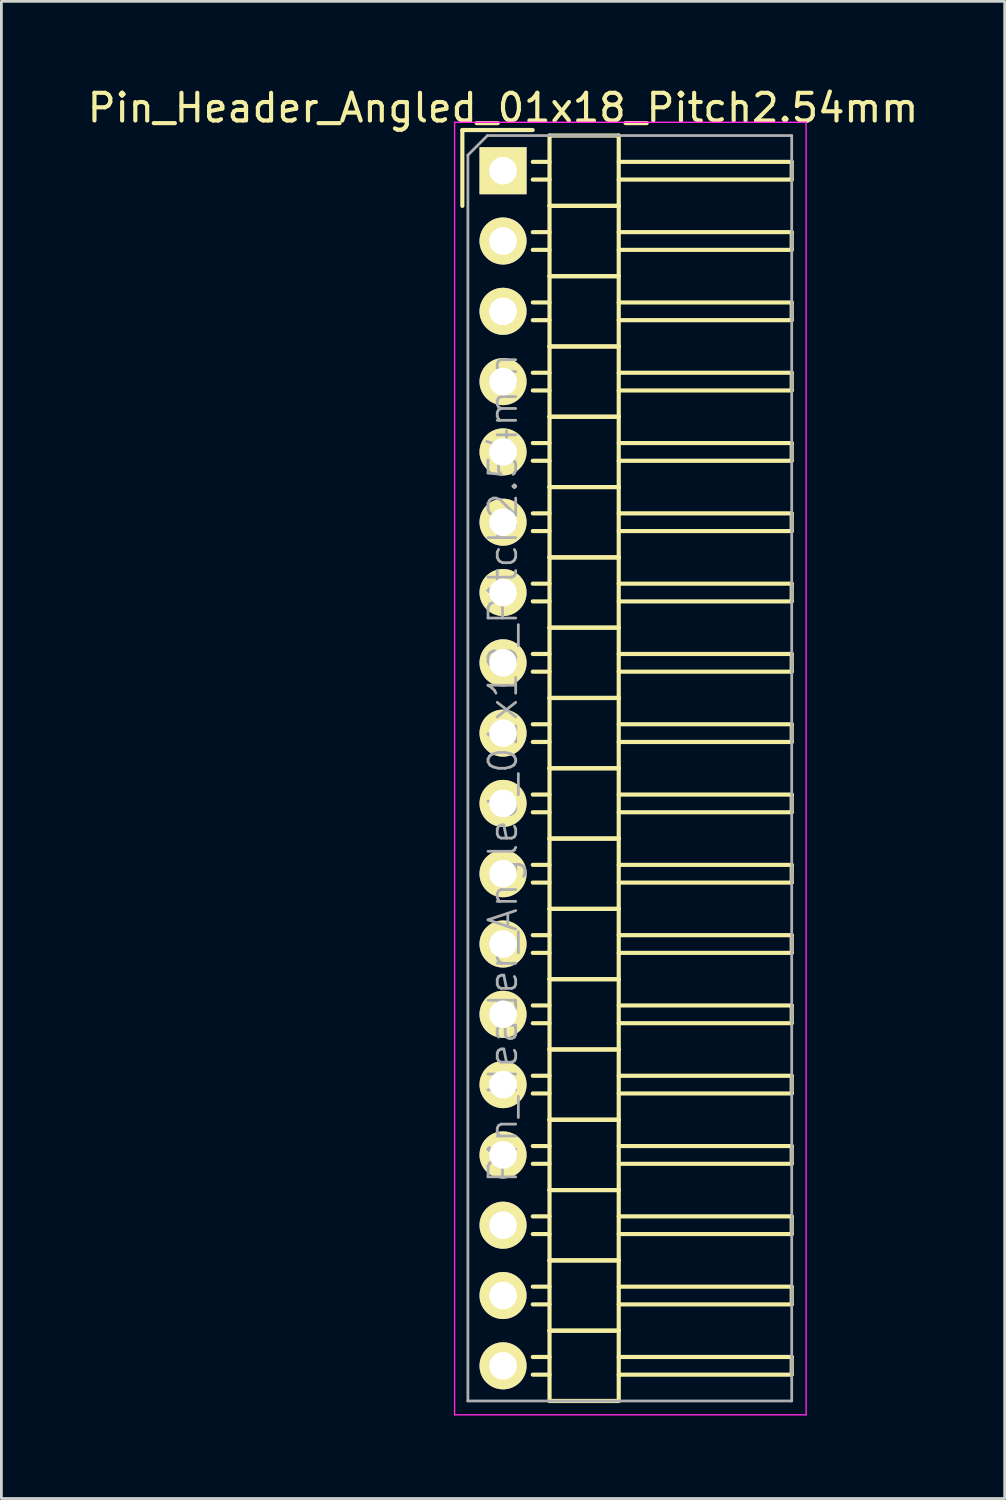
<source format=kicad_pcb>
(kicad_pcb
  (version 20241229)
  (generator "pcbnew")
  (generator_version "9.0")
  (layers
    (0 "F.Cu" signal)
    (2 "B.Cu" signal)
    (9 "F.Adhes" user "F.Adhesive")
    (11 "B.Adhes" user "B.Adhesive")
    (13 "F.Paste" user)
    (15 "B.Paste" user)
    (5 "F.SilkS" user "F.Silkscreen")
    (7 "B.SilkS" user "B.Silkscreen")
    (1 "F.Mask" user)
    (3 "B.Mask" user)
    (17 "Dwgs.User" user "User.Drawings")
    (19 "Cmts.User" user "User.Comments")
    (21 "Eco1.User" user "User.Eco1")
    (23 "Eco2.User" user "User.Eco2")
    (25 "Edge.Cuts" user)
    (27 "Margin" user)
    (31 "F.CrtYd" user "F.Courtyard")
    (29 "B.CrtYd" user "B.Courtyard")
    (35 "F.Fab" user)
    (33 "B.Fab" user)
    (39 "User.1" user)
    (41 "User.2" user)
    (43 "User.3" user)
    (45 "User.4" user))
  (footprint "Pin_Header_Angled_01x18_Pitch2.54mm"
    (layer "F.Cu")
    (at 15.125 3.118)
    (property "Reference" "Pin_Header_Angled_01x18_Pitch2.54mm" (at 0 -2.27 0) (layer "F.SilkS") (effects (font (size 1 1) (thickness 0.15))))
    (attr smd)
    (fp_line (start -1.47 -1.47) (end -1.47 1.27) (stroke (width 0.15) (type solid)) (layer "F.SilkS"))
    (fp_line (start -1.47 -1.47) (end 1.07 -1.47) (stroke (width 0.15) (type solid)) (layer "F.SilkS"))
    (fp_line (start 1.68 -0.32) (end 1.075 -0.32) (stroke (width 0.15) (type solid)) (layer "F.SilkS"))
    (fp_line (start 1.68 0.32) (end 1.075 0.32) (stroke (width 0.15) (type solid)) (layer "F.SilkS"))
    (fp_line (start 1.68 1.27) (end 1.68 -1.27) (stroke (width 0.15) (type solid)) (layer "F.SilkS"))
    (fp_line (start 1.68 2.22) (end 1.075 2.22) (stroke (width 0.15) (type solid)) (layer "F.SilkS"))
    (fp_line (start 1.68 2.86) (end 1.075 2.86) (stroke (width 0.15) (type solid)) (layer "F.SilkS"))
    (fp_line (start 1.68 3.81) (end 1.68 1.27) (stroke (width 0.15) (type solid)) (layer "F.SilkS"))
    (fp_line (start 1.68 4.76) (end 1.075 4.76) (stroke (width 0.15) (type solid)) (layer "F.SilkS"))
    (fp_line (start 1.68 5.4) (end 1.075 5.4) (stroke (width 0.15) (type solid)) (layer "F.SilkS"))
    (fp_line (start 1.68 6.35) (end 1.68 3.81) (stroke (width 0.15) (type solid)) (layer "F.SilkS"))
    (fp_line (start 1.68 7.3) (end 1.075 7.3) (stroke (width 0.15) (type solid)) (layer "F.SilkS"))
    (fp_line (start 1.68 7.94) (end 1.075 7.94) (stroke (width 0.15) (type solid)) (layer "F.SilkS"))
    (fp_line (start 1.68 8.89) (end 1.68 6.35) (stroke (width 0.15) (type solid)) (layer "F.SilkS"))
    (fp_line (start 1.68 9.84) (end 1.075 9.84) (stroke (width 0.15) (type solid)) (layer "F.SilkS"))
    (fp_line (start 1.68 10.48) (end 1.075 10.48) (stroke (width 0.15) (type solid)) (layer "F.SilkS"))
    (fp_line (start 1.68 11.43) (end 1.68 8.89) (stroke (width 0.15) (type solid)) (layer "F.SilkS"))
    (fp_line (start 1.68 12.38) (end 1.075 12.38) (stroke (width 0.15) (type solid)) (layer "F.SilkS"))
    (fp_line (start 1.68 13.02) (end 1.075 13.02) (stroke (width 0.15) (type solid)) (layer "F.SilkS"))
    (fp_line (start 1.68 13.97) (end 1.68 11.43) (stroke (width 0.15) (type solid)) (layer "F.SilkS"))
    (fp_line (start 1.68 14.92) (end 1.075 14.92) (stroke (width 0.15) (type solid)) (layer "F.SilkS"))
    (fp_line (start 1.68 15.56) (end 1.075 15.56) (stroke (width 0.15) (type solid)) (layer "F.SilkS"))
    (fp_line (start 1.68 16.51) (end 1.68 13.97) (stroke (width 0.15) (type solid)) (layer "F.SilkS"))
    (fp_line (start 1.68 17.46) (end 1.075 17.46) (stroke (width 0.15) (type solid)) (layer "F.SilkS"))
    (fp_line (start 1.68 18.1) (end 1.075 18.1) (stroke (width 0.15) (type solid)) (layer "F.SilkS"))
    (fp_line (start 1.68 19.05) (end 1.68 16.51) (stroke (width 0.15) (type solid)) (layer "F.SilkS"))
    (fp_line (start 1.68 20) (end 1.075 20) (stroke (width 0.15) (type solid)) (layer "F.SilkS"))
    (fp_line (start 1.68 20.64) (end 1.075 20.64) (stroke (width 0.15) (type solid)) (layer "F.SilkS"))
    (fp_line (start 1.68 21.59) (end 1.68 19.05) (stroke (width 0.15) (type solid)) (layer "F.SilkS"))
    (fp_line (start 1.68 22.54) (end 1.075 22.54) (stroke (width 0.15) (type solid)) (layer "F.SilkS"))
    (fp_line (start 1.68 23.18) (end 1.075 23.18) (stroke (width 0.15) (type solid)) (layer "F.SilkS"))
    (fp_line (start 1.68 24.13) (end 1.68 21.59) (stroke (width 0.15) (type solid)) (layer "F.SilkS"))
    (fp_line (start 1.68 25.08) (end 1.075 25.08) (stroke (width 0.15) (type solid)) (layer "F.SilkS"))
    (fp_line (start 1.68 25.72) (end 1.075 25.72) (stroke (width 0.15) (type solid)) (layer "F.SilkS"))
    (fp_line (start 1.68 26.67) (end 1.68 24.13) (stroke (width 0.15) (type solid)) (layer "F.SilkS"))
    (fp_line (start 1.68 27.62) (end 1.075 27.62) (stroke (width 0.15) (type solid)) (layer "F.SilkS"))
    (fp_line (start 1.68 28.26) (end 1.075 28.26) (stroke (width 0.15) (type solid)) (layer "F.SilkS"))
    (fp_line (start 1.68 29.21) (end 1.68 26.67) (stroke (width 0.15) (type solid)) (layer "F.SilkS"))
    (fp_line (start 1.68 30.16) (end 1.075 30.16) (stroke (width 0.15) (type solid)) (layer "F.SilkS"))
    (fp_line (start 1.68 30.8) (end 1.075 30.8) (stroke (width 0.15) (type solid)) (layer "F.SilkS"))
    (fp_line (start 1.68 31.75) (end 1.68 29.21) (stroke (width 0.15) (type solid)) (layer "F.SilkS"))
    (fp_line (start 1.68 32.7) (end 1.075 32.7) (stroke (width 0.15) (type solid)) (layer "F.SilkS"))
    (fp_line (start 1.68 33.34) (end 1.075 33.34) (stroke (width 0.15) (type solid)) (layer "F.SilkS"))
    (fp_line (start 1.68 34.29) (end 1.68 31.75) (stroke (width 0.15) (type solid)) (layer "F.SilkS"))
    (fp_line (start 1.68 35.24) (end 1.075 35.24) (stroke (width 0.15) (type solid)) (layer "F.SilkS"))
    (fp_line (start 1.68 35.88) (end 1.075 35.88) (stroke (width 0.15) (type solid)) (layer "F.SilkS"))
    (fp_line (start 1.68 36.83) (end 1.68 34.29) (stroke (width 0.15) (type solid)) (layer "F.SilkS"))
    (fp_line (start 1.68 37.78) (end 1.075 37.78) (stroke (width 0.15) (type solid)) (layer "F.SilkS"))
    (fp_line (start 1.68 38.42) (end 1.075 38.42) (stroke (width 0.15) (type solid)) (layer "F.SilkS"))
    (fp_line (start 1.68 39.37) (end 1.68 36.83) (stroke (width 0.15) (type solid)) (layer "F.SilkS"))
    (fp_line (start 1.68 40.32) (end 1.075 40.32) (stroke (width 0.15) (type solid)) (layer "F.SilkS"))
    (fp_line (start 1.68 40.96) (end 1.075 40.96) (stroke (width 0.15) (type solid)) (layer "F.SilkS"))
    (fp_line (start 1.68 41.91) (end 1.68 39.37) (stroke (width 0.15) (type solid)) (layer "F.SilkS"))
    (fp_line (start 1.68 42.86) (end 1.075 42.86) (stroke (width 0.15) (type solid)) (layer "F.SilkS"))
    (fp_line (start 1.68 43.5) (end 1.075 43.5) (stroke (width 0.15) (type solid)) (layer "F.SilkS"))
    (fp_line (start 1.68 44.45) (end 1.68 41.91) (stroke (width 0.15) (type solid)) (layer "F.SilkS"))
    (fp_line (start 4.18 -1.27) (end 1.68 -1.27) (stroke (width 0.15) (type solid)) (layer "F.SilkS"))
    (fp_line (start 4.18 -0.32) (end 10.43 -0.32) (stroke (width 0.15) (type solid)) (layer "F.SilkS"))
    (fp_line (start 4.18 0.32) (end 10.43 0.32) (stroke (width 0.15) (type solid)) (layer "F.SilkS"))
    (fp_line (start 4.18 1.27) (end 1.68 1.27) (stroke (width 0.15) (type solid)) (layer "F.SilkS"))
    (fp_line (start 4.18 1.27) (end 1.68 1.27) (stroke (width 0.15) (type solid)) (layer "F.SilkS"))
    (fp_line (start 4.18 1.27) (end 4.18 -1.27) (stroke (width 0.15) (type solid)) (layer "F.SilkS"))
    (fp_line (start 4.18 2.22) (end 10.43 2.22) (stroke (width 0.15) (type solid)) (layer "F.SilkS"))
    (fp_line (start 4.18 2.86) (end 10.43 2.86) (stroke (width 0.15) (type solid)) (layer "F.SilkS"))
    (fp_line (start 4.18 3.81) (end 1.68 3.81) (stroke (width 0.15) (type solid)) (layer "F.SilkS"))
    (fp_line (start 4.18 3.81) (end 1.68 3.81) (stroke (width 0.15) (type solid)) (layer "F.SilkS"))
    (fp_line (start 4.18 3.81) (end 4.18 1.27) (stroke (width 0.15) (type solid)) (layer "F.SilkS"))
    (fp_line (start 4.18 4.76) (end 10.43 4.76) (stroke (width 0.15) (type solid)) (layer "F.SilkS"))
    (fp_line (start 4.18 5.4) (end 10.43 5.4) (stroke (width 0.15) (type solid)) (layer "F.SilkS"))
    (fp_line (start 4.18 6.35) (end 1.68 6.35) (stroke (width 0.15) (type solid)) (layer "F.SilkS"))
    (fp_line (start 4.18 6.35) (end 1.68 6.35) (stroke (width 0.15) (type solid)) (layer "F.SilkS"))
    (fp_line (start 4.18 6.35) (end 4.18 3.81) (stroke (width 0.15) (type solid)) (layer "F.SilkS"))
    (fp_line (start 4.18 7.3) (end 10.43 7.3) (stroke (width 0.15) (type solid)) (layer "F.SilkS"))
    (fp_line (start 4.18 7.94) (end 10.43 7.94) (stroke (width 0.15) (type solid)) (layer "F.SilkS"))
    (fp_line (start 4.18 8.89) (end 1.68 8.89) (stroke (width 0.15) (type solid)) (layer "F.SilkS"))
    (fp_line (start 4.18 8.89) (end 1.68 8.89) (stroke (width 0.15) (type solid)) (layer "F.SilkS"))
    (fp_line (start 4.18 8.89) (end 4.18 6.35) (stroke (width 0.15) (type solid)) (layer "F.SilkS"))
    (fp_line (start 4.18 9.84) (end 10.43 9.84) (stroke (width 0.15) (type solid)) (layer "F.SilkS"))
    (fp_line (start 4.18 10.48) (end 10.43 10.48) (stroke (width 0.15) (type solid)) (layer "F.SilkS"))
    (fp_line (start 4.18 11.43) (end 1.68 11.43) (stroke (width 0.15) (type solid)) (layer "F.SilkS"))
    (fp_line (start 4.18 11.43) (end 1.68 11.43) (stroke (width 0.15) (type solid)) (layer "F.SilkS"))
    (fp_line (start 4.18 11.43) (end 4.18 8.89) (stroke (width 0.15) (type solid)) (layer "F.SilkS"))
    (fp_line (start 4.18 12.38) (end 10.43 12.38) (stroke (width 0.15) (type solid)) (layer "F.SilkS"))
    (fp_line (start 4.18 13.02) (end 10.43 13.02) (stroke (width 0.15) (type solid)) (layer "F.SilkS"))
    (fp_line (start 4.18 13.97) (end 1.68 13.97) (stroke (width 0.15) (type solid)) (layer "F.SilkS"))
    (fp_line (start 4.18 13.97) (end 1.68 13.97) (stroke (width 0.15) (type solid)) (layer "F.SilkS"))
    (fp_line (start 4.18 13.97) (end 4.18 11.43) (stroke (width 0.15) (type solid)) (layer "F.SilkS"))
    (fp_line (start 4.18 14.92) (end 10.43 14.92) (stroke (width 0.15) (type solid)) (layer "F.SilkS"))
    (fp_line (start 4.18 15.56) (end 10.43 15.56) (stroke (width 0.15) (type solid)) (layer "F.SilkS"))
    (fp_line (start 4.18 16.51) (end 1.68 16.51) (stroke (width 0.15) (type solid)) (layer "F.SilkS"))
    (fp_line (start 4.18 16.51) (end 1.68 16.51) (stroke (width 0.15) (type solid)) (layer "F.SilkS"))
    (fp_line (start 4.18 16.51) (end 4.18 13.97) (stroke (width 0.15) (type solid)) (layer "F.SilkS"))
    (fp_line (start 4.18 17.46) (end 10.43 17.46) (stroke (width 0.15) (type solid)) (layer "F.SilkS"))
    (fp_line (start 4.18 18.1) (end 10.43 18.1) (stroke (width 0.15) (type solid)) (layer "F.SilkS"))
    (fp_line (start 4.18 19.05) (end 1.68 19.05) (stroke (width 0.15) (type solid)) (layer "F.SilkS"))
    (fp_line (start 4.18 19.05) (end 1.68 19.05) (stroke (width 0.15) (type solid)) (layer "F.SilkS"))
    (fp_line (start 4.18 19.05) (end 4.18 16.51) (stroke (width 0.15) (type solid)) (layer "F.SilkS"))
    (fp_line (start 4.18 20) (end 10.43 20) (stroke (width 0.15) (type solid)) (layer "F.SilkS"))
    (fp_line (start 4.18 20.64) (end 10.43 20.64) (stroke (width 0.15) (type solid)) (layer "F.SilkS"))
    (fp_line (start 4.18 21.59) (end 1.68 21.59) (stroke (width 0.15) (type solid)) (layer "F.SilkS"))
    (fp_line (start 4.18 21.59) (end 1.68 21.59) (stroke (width 0.15) (type solid)) (layer "F.SilkS"))
    (fp_line (start 4.18 21.59) (end 4.18 19.05) (stroke (width 0.15) (type solid)) (layer "F.SilkS"))
    (fp_line (start 4.18 22.54) (end 10.43 22.54) (stroke (width 0.15) (type solid)) (layer "F.SilkS"))
    (fp_line (start 4.18 23.18) (end 10.43 23.18) (stroke (width 0.15) (type solid)) (layer "F.SilkS"))
    (fp_line (start 4.18 24.13) (end 1.68 24.13) (stroke (width 0.15) (type solid)) (layer "F.SilkS"))
    (fp_line (start 4.18 24.13) (end 1.68 24.13) (stroke (width 0.15) (type solid)) (layer "F.SilkS"))
    (fp_line (start 4.18 24.13) (end 4.18 21.59) (stroke (width 0.15) (type solid)) (layer "F.SilkS"))
    (fp_line (start 4.18 25.08) (end 10.43 25.08) (stroke (width 0.15) (type solid)) (layer "F.SilkS"))
    (fp_line (start 4.18 25.72) (end 10.43 25.72) (stroke (width 0.15) (type solid)) (layer "F.SilkS"))
    (fp_line (start 4.18 26.67) (end 1.68 26.67) (stroke (width 0.15) (type solid)) (layer "F.SilkS"))
    (fp_line (start 4.18 26.67) (end 1.68 26.67) (stroke (width 0.15) (type solid)) (layer "F.SilkS"))
    (fp_line (start 4.18 26.67) (end 4.18 24.13) (stroke (width 0.15) (type solid)) (layer "F.SilkS"))
    (fp_line (start 4.18 27.62) (end 10.43 27.62) (stroke (width 0.15) (type solid)) (layer "F.SilkS"))
    (fp_line (start 4.18 28.26) (end 10.43 28.26) (stroke (width 0.15) (type solid)) (layer "F.SilkS"))
    (fp_line (start 4.18 29.21) (end 1.68 29.21) (stroke (width 0.15) (type solid)) (layer "F.SilkS"))
    (fp_line (start 4.18 29.21) (end 1.68 29.21) (stroke (width 0.15) (type solid)) (layer "F.SilkS"))
    (fp_line (start 4.18 29.21) (end 4.18 26.67) (stroke (width 0.15) (type solid)) (layer "F.SilkS"))
    (fp_line (start 4.18 30.16) (end 10.43 30.16) (stroke (width 0.15) (type solid)) (layer "F.SilkS"))
    (fp_line (start 4.18 30.8) (end 10.43 30.8) (stroke (width 0.15) (type solid)) (layer "F.SilkS"))
    (fp_line (start 4.18 31.75) (end 1.68 31.75) (stroke (width 0.15) (type solid)) (layer "F.SilkS"))
    (fp_line (start 4.18 31.75) (end 1.68 31.75) (stroke (width 0.15) (type solid)) (layer "F.SilkS"))
    (fp_line (start 4.18 31.75) (end 4.18 29.21) (stroke (width 0.15) (type solid)) (layer "F.SilkS"))
    (fp_line (start 4.18 32.7) (end 10.43 32.7) (stroke (width 0.15) (type solid)) (layer "F.SilkS"))
    (fp_line (start 4.18 33.34) (end 10.43 33.34) (stroke (width 0.15) (type solid)) (layer "F.SilkS"))
    (fp_line (start 4.18 34.29) (end 1.68 34.29) (stroke (width 0.15) (type solid)) (layer "F.SilkS"))
    (fp_line (start 4.18 34.29) (end 1.68 34.29) (stroke (width 0.15) (type solid)) (layer "F.SilkS"))
    (fp_line (start 4.18 34.29) (end 4.18 31.75) (stroke (width 0.15) (type solid)) (layer "F.SilkS"))
    (fp_line (start 4.18 35.24) (end 10.43 35.24) (stroke (width 0.15) (type solid)) (layer "F.SilkS"))
    (fp_line (start 4.18 35.88) (end 10.43 35.88) (stroke (width 0.15) (type solid)) (layer "F.SilkS"))
    (fp_line (start 4.18 36.83) (end 1.68 36.83) (stroke (width 0.15) (type solid)) (layer "F.SilkS"))
    (fp_line (start 4.18 36.83) (end 1.68 36.83) (stroke (width 0.15) (type solid)) (layer "F.SilkS"))
    (fp_line (start 4.18 36.83) (end 4.18 34.29) (stroke (width 0.15) (type solid)) (layer "F.SilkS"))
    (fp_line (start 4.18 37.78) (end 10.43 37.78) (stroke (width 0.15) (type solid)) (layer "F.SilkS"))
    (fp_line (start 4.18 38.42) (end 10.43 38.42) (stroke (width 0.15) (type solid)) (layer "F.SilkS"))
    (fp_line (start 4.18 39.37) (end 1.68 39.37) (stroke (width 0.15) (type solid)) (layer "F.SilkS"))
    (fp_line (start 4.18 39.37) (end 1.68 39.37) (stroke (width 0.15) (type solid)) (layer "F.SilkS"))
    (fp_line (start 4.18 39.37) (end 4.18 36.83) (stroke (width 0.15) (type solid)) (layer "F.SilkS"))
    (fp_line (start 4.18 40.32) (end 10.43 40.32) (stroke (width 0.15) (type solid)) (layer "F.SilkS"))
    (fp_line (start 4.18 40.96) (end 10.43 40.96) (stroke (width 0.15) (type solid)) (layer "F.SilkS"))
    (fp_line (start 4.18 41.91) (end 1.68 41.91) (stroke (width 0.15) (type solid)) (layer "F.SilkS"))
    (fp_line (start 4.18 41.91) (end 1.68 41.91) (stroke (width 0.15) (type solid)) (layer "F.SilkS"))
    (fp_line (start 4.18 41.91) (end 4.18 39.37) (stroke (width 0.15) (type solid)) (layer "F.SilkS"))
    (fp_line (start 4.18 42.86) (end 10.43 42.86) (stroke (width 0.15) (type solid)) (layer "F.SilkS"))
    (fp_line (start 4.18 43.5) (end 10.43 43.5) (stroke (width 0.15) (type solid)) (layer "F.SilkS"))
    (fp_line (start 4.18 44.45) (end 1.68 44.45) (stroke (width 0.15) (type solid)) (layer "F.SilkS"))
    (fp_line (start 4.18 44.45) (end 4.18 41.91) (stroke (width 0.15) (type solid)) (layer "F.SilkS"))
    (fp_line (start 10.43 0.32) (end 10.43 -0.32) (stroke (width 0.15) (type solid)) (layer "F.SilkS"))
    (fp_line (start 10.43 2.86) (end 10.43 2.22) (stroke (width 0.15) (type solid)) (layer "F.SilkS"))
    (fp_line (start 10.43 5.4) (end 10.43 4.76) (stroke (width 0.15) (type solid)) (layer "F.SilkS"))
    (fp_line (start 10.43 7.94) (end 10.43 7.3) (stroke (width 0.15) (type solid)) (layer "F.SilkS"))
    (fp_line (start 10.43 10.48) (end 10.43 9.84) (stroke (width 0.15) (type solid)) (layer "F.SilkS"))
    (fp_line (start 10.43 13.02) (end 10.43 12.38) (stroke (width 0.15) (type solid)) (layer "F.SilkS"))
    (fp_line (start 10.43 15.56) (end 10.43 14.92) (stroke (width 0.15) (type solid)) (layer "F.SilkS"))
    (fp_line (start 10.43 18.1) (end 10.43 17.46) (stroke (width 0.15) (type solid)) (layer "F.SilkS"))
    (fp_line (start 10.43 20.64) (end 10.43 20) (stroke (width 0.15) (type solid)) (layer "F.SilkS"))
    (fp_line (start 10.43 23.18) (end 10.43 22.54) (stroke (width 0.15) (type solid)) (layer "F.SilkS"))
    (fp_line (start 10.43 25.72) (end 10.43 25.08) (stroke (width 0.15) (type solid)) (layer "F.SilkS"))
    (fp_line (start 10.43 28.26) (end 10.43 27.62) (stroke (width 0.15) (type solid)) (layer "F.SilkS"))
    (fp_line (start 10.43 30.8) (end 10.43 30.16) (stroke (width 0.15) (type solid)) (layer "F.SilkS"))
    (fp_line (start 10.43 33.34) (end 10.43 32.7) (stroke (width 0.15) (type solid)) (layer "F.SilkS"))
    (fp_line (start 10.43 35.88) (end 10.43 35.24) (stroke (width 0.15) (type solid)) (layer "F.SilkS"))
    (fp_line (start 10.43 38.42) (end 10.43 37.78) (stroke (width 0.15) (type solid)) (layer "F.SilkS"))
    (fp_line (start 10.43 40.96) (end 10.43 40.32) (stroke (width 0.15) (type solid)) (layer "F.SilkS"))
    (fp_line (start 10.43 43.5) (end 10.43 42.86) (stroke (width 0.15) (type solid)) (layer "F.SilkS"))
    (fp_line (start -1.75 -1.75) (end -1.75 44.95) (stroke (width 0.05) (type solid)) (layer "F.CrtYd"))
    (fp_line (start 10.95 -1.75) (end -1.75 -1.75) (stroke (width 0.05) (type solid)) (layer "F.CrtYd"))
    (fp_line (start 10.95 -1.75) (end 10.95 44.95) (stroke (width 0.05) (type solid)) (layer "F.CrtYd"))
    (fp_line (start 10.95 44.95) (end -1.75 44.95) (stroke (width 0.05) (type solid)) (layer "F.CrtYd"))
    (fp_line (start -1.27 -0.563) (end -0.563 -1.27) (stroke (width 0.1) (type solid)) (layer "F.Fab"))
    (fp_line (start -1.27 44.45) (end -1.27 -0.563) (stroke (width 0.1) (type solid)) (layer "F.Fab"))
    (fp_line (start 10.43 -1.27) (end -0.563 -1.27) (stroke (width 0.1) (type solid)) (layer "F.Fab"))
    (fp_line (start 10.43 44.45) (end -1.27 44.45) (stroke (width 0.1) (type solid)) (layer "F.Fab"))
    (fp_line (start 10.43 44.45) (end 10.43 -1.27) (stroke (width 0.1) (type solid)) (layer "F.Fab"))
    (fp_text user "${REFERENCE}" (at 0 21.59 90) (layer "F.Fab") (effects (font (size 1 1) (thickness 0.1))))
    (pad "1" thru_hole rect (at 0 0) (size 1.7 1.7) (drill 1) (layers "*.Cu" "*.Mask" "F.SilkS"))
    (pad "2" thru_hole oval (at 0 2.54) (size 1.7 1.7) (drill 1) (layers "*.Cu" "*.Mask" "F.SilkS"))
    (pad "3" thru_hole oval (at 0 5.08) (size 1.7 1.7) (drill 1) (layers "*.Cu" "*.Mask" "F.SilkS"))
    (pad "4" thru_hole oval (at 0 7.62) (size 1.7 1.7) (drill 1) (layers "*.Cu" "*.Mask" "F.SilkS"))
    (pad "5" thru_hole oval (at 0 10.16) (size 1.7 1.7) (drill 1) (layers "*.Cu" "*.Mask" "F.SilkS"))
    (pad "6" thru_hole oval (at 0 12.7) (size 1.7 1.7) (drill 1) (layers "*.Cu" "*.Mask" "F.SilkS"))
    (pad "7" thru_hole oval (at 0 15.24) (size 1.7 1.7) (drill 1) (layers "*.Cu" "*.Mask" "F.SilkS"))
    (pad "8" thru_hole oval (at 0 17.78) (size 1.7 1.7) (drill 1) (layers "*.Cu" "*.Mask" "F.SilkS"))
    (pad "9" thru_hole oval (at 0 20.32) (size 1.7 1.7) (drill 1) (layers "*.Cu" "*.Mask" "F.SilkS"))
    (pad "10" thru_hole oval (at 0 22.86) (size 1.7 1.7) (drill 1) (layers "*.Cu" "*.Mask" "F.SilkS"))
    (pad "11" thru_hole oval (at 0 25.4) (size 1.7 1.7) (drill 1) (layers "*.Cu" "*.Mask" "F.SilkS"))
    (pad "12" thru_hole oval (at 0 27.94) (size 1.7 1.7) (drill 1) (layers "*.Cu" "*.Mask" "F.SilkS"))
    (pad "13" thru_hole oval (at 0 30.48) (size 1.7 1.7) (drill 1) (layers "*.Cu" "*.Mask" "F.SilkS"))
    (pad "14" thru_hole oval (at 0 33.02) (size 1.7 1.7) (drill 1) (layers "*.Cu" "*.Mask" "F.SilkS"))
    (pad "15" thru_hole oval (at 0 35.56) (size 1.7 1.7) (drill 1) (layers "*.Cu" "*.Mask" "F.SilkS"))
    (pad "16" thru_hole oval (at 0 38.1) (size 1.7 1.7) (drill 1) (layers "*.Cu" "*.Mask" "F.SilkS"))
    (pad "17" thru_hole oval (at 0 40.64) (size 1.7 1.7) (drill 1) (layers "*.Cu" "*.Mask" "F.SilkS"))
    (pad "18" thru_hole oval (at 0 43.18) (size 1.7 1.7) (drill 1) (layers "*.Cu" "*.Mask" "F.SilkS")))
  (gr_rect
    (start -3 -3)
    (end 33.25 51.093)
    (stroke (width 0.1) (type default))
    (fill no)
    (layer "Edge.Cuts")))
</source>
